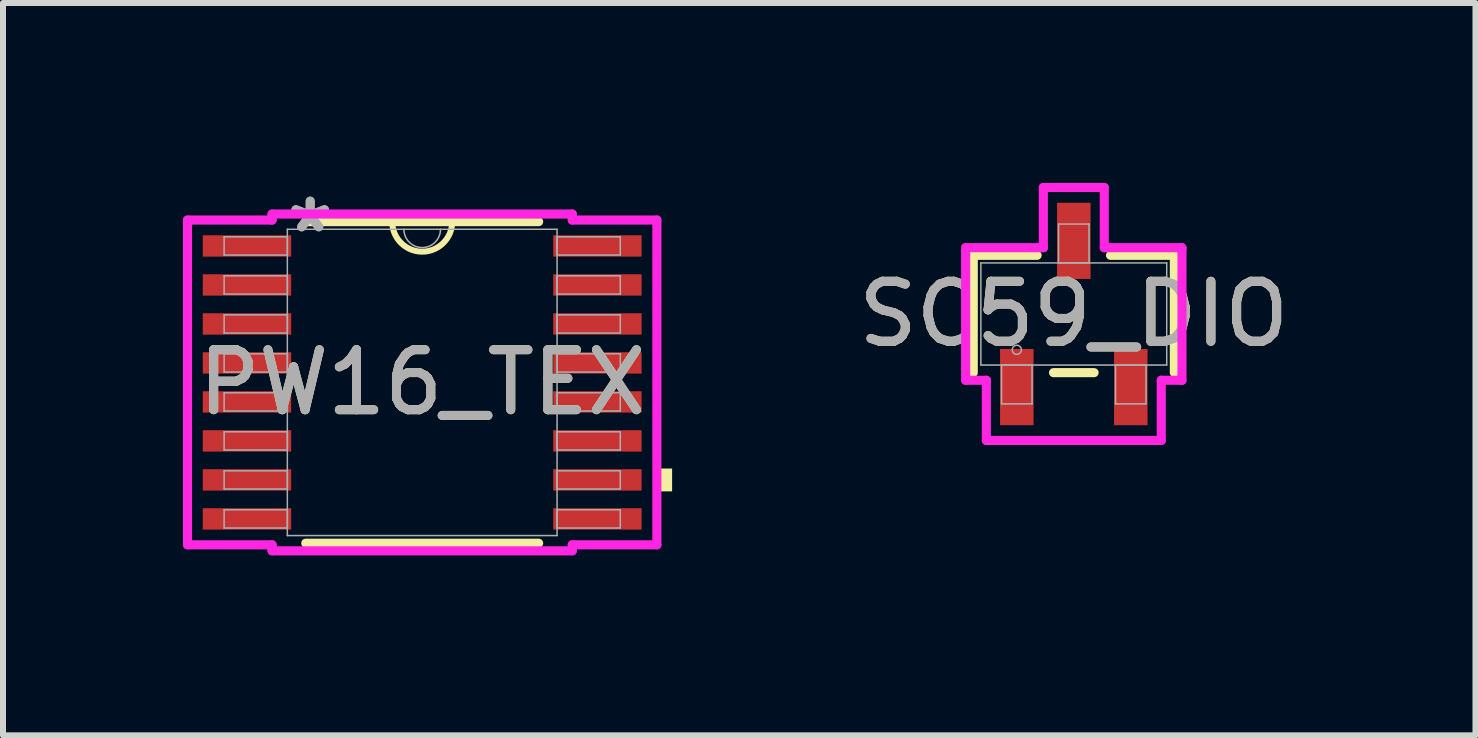
<source format=kicad_pcb>
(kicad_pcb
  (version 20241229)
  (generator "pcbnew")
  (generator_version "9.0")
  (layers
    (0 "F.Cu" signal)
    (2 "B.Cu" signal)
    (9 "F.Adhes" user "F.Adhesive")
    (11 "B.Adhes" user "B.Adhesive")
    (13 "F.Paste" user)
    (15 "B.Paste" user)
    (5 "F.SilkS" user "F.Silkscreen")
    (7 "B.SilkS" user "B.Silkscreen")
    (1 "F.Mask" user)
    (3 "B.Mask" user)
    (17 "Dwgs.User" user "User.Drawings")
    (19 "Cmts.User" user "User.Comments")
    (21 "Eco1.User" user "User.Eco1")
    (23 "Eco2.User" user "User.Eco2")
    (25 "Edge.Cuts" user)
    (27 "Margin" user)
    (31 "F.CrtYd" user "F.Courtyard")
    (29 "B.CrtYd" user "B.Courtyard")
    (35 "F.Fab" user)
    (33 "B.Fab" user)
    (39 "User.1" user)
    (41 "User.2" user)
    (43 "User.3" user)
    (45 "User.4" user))
  (footprint "SC59_DIO"
    (layer "F.Cu")
    (at 14.85 2.184)
    (property "Reference" "SC59_DIO" (at 0 0 0) (unlocked yes) (layer "F.SilkS") (effects (font (size 1 1) (thickness 0.15))))
    (attr smd)
    (fp_line (start -1.676 -0.978) (end -1.676 0.978) (stroke (width 0.152) (type solid)) (layer "F.SilkS"))
    (fp_line (start -0.612 -0.978) (end -1.676 -0.978) (stroke (width 0.152) (type solid)) (layer "F.SilkS"))
    (fp_line (start -0.338 0.978) (end 0.338 0.978) (stroke (width 0.152) (type solid)) (layer "F.SilkS"))
    (fp_line (start 1.676 -0.978) (end 0.612 -0.978) (stroke (width 0.152) (type solid)) (layer "F.SilkS"))
    (fp_line (start 1.676 0.978) (end 1.676 -0.978) (stroke (width 0.152) (type solid)) (layer "F.SilkS"))
    (fp_line (start -1.803 -1.105) (end -0.508 -1.105) (stroke (width 0.152) (type solid)) (layer "F.CrtYd"))
    (fp_line (start -1.803 1.105) (end -1.803 -1.105) (stroke (width 0.152) (type solid)) (layer "F.CrtYd"))
    (fp_line (start -1.803 1.105) (end -1.458 1.105) (stroke (width 0.152) (type solid)) (layer "F.CrtYd"))
    (fp_line (start -1.458 1.105) (end -1.458 2.108) (stroke (width 0.152) (type solid)) (layer "F.CrtYd"))
    (fp_line (start -1.458 2.108) (end 1.458 2.108) (stroke (width 0.152) (type solid)) (layer "F.CrtYd"))
    (fp_line (start -0.508 -2.108) (end 0.508 -2.108) (stroke (width 0.152) (type solid)) (layer "F.CrtYd"))
    (fp_line (start -0.508 -1.105) (end -0.508 -2.108) (stroke (width 0.152) (type solid)) (layer "F.CrtYd"))
    (fp_line (start 0.508 -1.105) (end 0.508 -2.108) (stroke (width 0.152) (type solid)) (layer "F.CrtYd"))
    (fp_line (start 1.458 1.105) (end 1.458 2.108) (stroke (width 0.152) (type solid)) (layer "F.CrtYd"))
    (fp_line (start 1.803 -1.105) (end 0.508 -1.105) (stroke (width 0.152) (type solid)) (layer "F.CrtYd"))
    (fp_line (start 1.803 -1.105) (end 1.803 1.105) (stroke (width 0.152) (type solid)) (layer "F.CrtYd"))
    (fp_line (start 1.803 1.105) (end 1.458 1.105) (stroke (width 0.152) (type solid)) (layer "F.CrtYd"))
    (fp_line (start -1.549 -0.851) (end -1.549 0.851) (stroke (width 0.025) (type solid)) (layer "F.Fab"))
    (fp_line (start -1.549 0.851) (end 1.549 0.851) (stroke (width 0.025) (type solid)) (layer "F.Fab"))
    (fp_line (start -1.204 0.851) (end -1.204 1.499) (stroke (width 0.025) (type solid)) (layer "F.Fab"))
    (fp_line (start -1.204 1.499) (end -0.696 1.499) (stroke (width 0.025) (type solid)) (layer "F.Fab"))
    (fp_line (start -0.696 0.851) (end -1.204 0.851) (stroke (width 0.025) (type solid)) (layer "F.Fab"))
    (fp_line (start -0.696 1.499) (end -0.696 0.851) (stroke (width 0.025) (type solid)) (layer "F.Fab"))
    (fp_line (start -0.254 -1.499) (end -0.254 -0.851) (stroke (width 0.025) (type solid)) (layer "F.Fab"))
    (fp_line (start -0.254 -0.851) (end 0.254 -0.851) (stroke (width 0.025) (type solid)) (layer "F.Fab"))
    (fp_line (start 0.254 -1.499) (end -0.254 -1.499) (stroke (width 0.025) (type solid)) (layer "F.Fab"))
    (fp_line (start 0.254 -0.851) (end 0.254 -1.499) (stroke (width 0.025) (type solid)) (layer "F.Fab"))
    (fp_line (start 0.696 0.851) (end 0.696 1.499) (stroke (width 0.025) (type solid)) (layer "F.Fab"))
    (fp_line (start 0.696 1.499) (end 1.204 1.499) (stroke (width 0.025) (type solid)) (layer "F.Fab"))
    (fp_line (start 1.204 0.851) (end 0.696 0.851) (stroke (width 0.025) (type solid)) (layer "F.Fab"))
    (fp_line (start 1.204 1.499) (end 1.204 0.851) (stroke (width 0.025) (type solid)) (layer "F.Fab"))
    (fp_line (start 1.549 -0.851) (end -1.549 -0.851) (stroke (width 0.025) (type solid)) (layer "F.Fab"))
    (fp_line (start 1.549 0.851) (end 1.549 -0.851) (stroke (width 0.025) (type solid)) (layer "F.Fab"))
    (fp_circle (center -0.95 0.597) (end -0.874 0.597) (stroke (width 0.025) (type solid)) (fill no) (layer "F.Fab"))
    (fp_text user "${REFERENCE}" (at 0 0 0) (unlocked yes) (layer "F.Fab") (effects (font (size 1 1) (thickness 0.15))))
    (pad "1" smd rect (at 0 -1.219) (size 0.559 1.27) (layers "F.Cu" "F.Mask" "F.Paste"))
    (pad "2" smd rect (at -0.95 1.219) (size 0.559 1.27) (layers "F.Cu" "F.Mask" "F.Paste"))
    (pad "3" smd rect (at 0.95 1.219) (size 0.559 1.27) (layers "F.Cu" "F.Mask" "F.Paste")))
  (footprint "PW16_TEX"
    (layer "F.Cu")
    (at 3.988 3.325)
    (property "Reference" "PW16_TEX" (at 0 0 0) (unlocked yes) (layer "F.SilkS") (effects (font (size 1 1) (thickness 0.15))))
    (attr smd)
    (fp_line (start -1.941 2.68) (end 1.941 2.68) (stroke (width 0.152) (type solid)) (layer "F.SilkS"))
    (fp_line (start 1.941 -2.68) (end -1.941 -2.68) (stroke (width 0.152) (type solid)) (layer "F.SilkS"))
    (fp_arc (start 0.5 -2.6797) (mid 0 -2.1797) (end -0.5 -2.6797) (stroke (width 0.1) (type default)) (layer "F.SilkS"))
    (fp_poly (pts (xy 4.166 1.435) (xy 4.166 1.816) (xy 3.912 1.816) (xy 3.912 1.435)) (stroke (width 0) (type solid)) (fill yes) (layer "F.SilkS"))
    (fp_line (start -3.912 -2.707) (end -2.502 -2.707) (stroke (width 0.152) (type solid)) (layer "F.CrtYd"))
    (fp_line (start -3.912 2.707) (end -3.912 -2.707) (stroke (width 0.152) (type solid)) (layer "F.CrtYd"))
    (fp_line (start -3.912 2.707) (end -2.502 2.707) (stroke (width 0.152) (type solid)) (layer "F.CrtYd"))
    (fp_line (start -2.502 -2.807) (end 2.502 -2.807) (stroke (width 0.152) (type solid)) (layer "F.CrtYd"))
    (fp_line (start -2.502 -2.707) (end -2.502 -2.807) (stroke (width 0.152) (type solid)) (layer "F.CrtYd"))
    (fp_line (start -2.502 2.807) (end -2.502 2.707) (stroke (width 0.152) (type solid)) (layer "F.CrtYd"))
    (fp_line (start 2.502 -2.807) (end 2.502 -2.707) (stroke (width 0.152) (type solid)) (layer "F.CrtYd"))
    (fp_line (start 2.502 2.707) (end 2.502 2.807) (stroke (width 0.152) (type solid)) (layer "F.CrtYd"))
    (fp_line (start 2.502 2.807) (end -2.502 2.807) (stroke (width 0.152) (type solid)) (layer "F.CrtYd"))
    (fp_line (start 3.912 -2.707) (end 2.502 -2.707) (stroke (width 0.152) (type solid)) (layer "F.CrtYd"))
    (fp_line (start 3.912 -2.707) (end 3.912 2.707) (stroke (width 0.152) (type solid)) (layer "F.CrtYd"))
    (fp_line (start 3.912 2.707) (end 2.502 2.707) (stroke (width 0.152) (type solid)) (layer "F.CrtYd"))
    (fp_line (start -3.302 -2.427) (end -3.302 -2.123) (stroke (width 0.025) (type solid)) (layer "F.Fab"))
    (fp_line (start -3.302 -2.123) (end -2.248 -2.123) (stroke (width 0.025) (type solid)) (layer "F.Fab"))
    (fp_line (start -3.302 -1.777) (end -3.302 -1.473) (stroke (width 0.025) (type solid)) (layer "F.Fab"))
    (fp_line (start -3.302 -1.473) (end -2.248 -1.473) (stroke (width 0.025) (type solid)) (layer "F.Fab"))
    (fp_line (start -3.302 -1.127) (end -3.302 -0.823) (stroke (width 0.025) (type solid)) (layer "F.Fab"))
    (fp_line (start -3.302 -0.823) (end -2.248 -0.823) (stroke (width 0.025) (type solid)) (layer "F.Fab"))
    (fp_line (start -3.302 -0.477) (end -3.302 -0.173) (stroke (width 0.025) (type solid)) (layer "F.Fab"))
    (fp_line (start -3.302 -0.173) (end -2.248 -0.173) (stroke (width 0.025) (type solid)) (layer "F.Fab"))
    (fp_line (start -3.302 0.173) (end -3.302 0.477) (stroke (width 0.025) (type solid)) (layer "F.Fab"))
    (fp_line (start -3.302 0.477) (end -2.248 0.477) (stroke (width 0.025) (type solid)) (layer "F.Fab"))
    (fp_line (start -3.302 0.823) (end -3.302 1.127) (stroke (width 0.025) (type solid)) (layer "F.Fab"))
    (fp_line (start -3.302 1.127) (end -2.248 1.127) (stroke (width 0.025) (type solid)) (layer "F.Fab"))
    (fp_line (start -3.302 1.473) (end -3.302 1.777) (stroke (width 0.025) (type solid)) (layer "F.Fab"))
    (fp_line (start -3.302 1.777) (end -2.248 1.777) (stroke (width 0.025) (type solid)) (layer "F.Fab"))
    (fp_line (start -3.302 2.123) (end -3.302 2.427) (stroke (width 0.025) (type solid)) (layer "F.Fab"))
    (fp_line (start -3.302 2.427) (end -2.248 2.427) (stroke (width 0.025) (type solid)) (layer "F.Fab"))
    (fp_line (start -2.248 -2.553) (end -2.248 2.553) (stroke (width 0.025) (type solid)) (layer "F.Fab"))
    (fp_line (start -2.248 -2.427) (end -3.302 -2.427) (stroke (width 0.025) (type solid)) (layer "F.Fab"))
    (fp_line (start -2.248 -2.123) (end -2.248 -2.427) (stroke (width 0.025) (type solid)) (layer "F.Fab"))
    (fp_line (start -2.248 -1.777) (end -3.302 -1.777) (stroke (width 0.025) (type solid)) (layer "F.Fab"))
    (fp_line (start -2.248 -1.473) (end -2.248 -1.777) (stroke (width 0.025) (type solid)) (layer "F.Fab"))
    (fp_line (start -2.248 -1.127) (end -3.302 -1.127) (stroke (width 0.025) (type solid)) (layer "F.Fab"))
    (fp_line (start -2.248 -0.823) (end -2.248 -1.127) (stroke (width 0.025) (type solid)) (layer "F.Fab"))
    (fp_line (start -2.248 -0.477) (end -3.302 -0.477) (stroke (width 0.025) (type solid)) (layer "F.Fab"))
    (fp_line (start -2.248 -0.173) (end -2.248 -0.477) (stroke (width 0.025) (type solid)) (layer "F.Fab"))
    (fp_line (start -2.248 0.173) (end -3.302 0.173) (stroke (width 0.025) (type solid)) (layer "F.Fab"))
    (fp_line (start -2.248 0.477) (end -2.248 0.173) (stroke (width 0.025) (type solid)) (layer "F.Fab"))
    (fp_line (start -2.248 0.823) (end -3.302 0.823) (stroke (width 0.025) (type solid)) (layer "F.Fab"))
    (fp_line (start -2.248 1.127) (end -2.248 0.823) (stroke (width 0.025) (type solid)) (layer "F.Fab"))
    (fp_line (start -2.248 1.473) (end -3.302 1.473) (stroke (width 0.025) (type solid)) (layer "F.Fab"))
    (fp_line (start -2.248 1.777) (end -2.248 1.473) (stroke (width 0.025) (type solid)) (layer "F.Fab"))
    (fp_line (start -2.248 2.123) (end -3.302 2.123) (stroke (width 0.025) (type solid)) (layer "F.Fab"))
    (fp_line (start -2.248 2.427) (end -2.248 2.123) (stroke (width 0.025) (type solid)) (layer "F.Fab"))
    (fp_line (start -2.248 2.553) (end 2.248 2.553) (stroke (width 0.025) (type solid)) (layer "F.Fab"))
    (fp_line (start 2.248 -2.553) (end -2.248 -2.553) (stroke (width 0.025) (type solid)) (layer "F.Fab"))
    (fp_line (start 2.248 -2.427) (end 2.248 -2.123) (stroke (width 0.025) (type solid)) (layer "F.Fab"))
    (fp_line (start 2.248 -2.123) (end 3.302 -2.123) (stroke (width 0.025) (type solid)) (layer "F.Fab"))
    (fp_line (start 2.248 -1.777) (end 2.248 -1.473) (stroke (width 0.025) (type solid)) (layer "F.Fab"))
    (fp_line (start 2.248 -1.473) (end 3.302 -1.473) (stroke (width 0.025) (type solid)) (layer "F.Fab"))
    (fp_line (start 2.248 -1.127) (end 2.248 -0.823) (stroke (width 0.025) (type solid)) (layer "F.Fab"))
    (fp_line (start 2.248 -0.823) (end 3.302 -0.823) (stroke (width 0.025) (type solid)) (layer "F.Fab"))
    (fp_line (start 2.248 -0.477) (end 2.248 -0.173) (stroke (width 0.025) (type solid)) (layer "F.Fab"))
    (fp_line (start 2.248 -0.173) (end 3.302 -0.173) (stroke (width 0.025) (type solid)) (layer "F.Fab"))
    (fp_line (start 2.248 0.173) (end 2.248 0.477) (stroke (width 0.025) (type solid)) (layer "F.Fab"))
    (fp_line (start 2.248 0.477) (end 3.302 0.477) (stroke (width 0.025) (type solid)) (layer "F.Fab"))
    (fp_line (start 2.248 0.823) (end 2.248 1.127) (stroke (width 0.025) (type solid)) (layer "F.Fab"))
    (fp_line (start 2.248 1.127) (end 3.302 1.127) (stroke (width 0.025) (type solid)) (layer "F.Fab"))
    (fp_line (start 2.248 1.473) (end 2.248 1.777) (stroke (width 0.025) (type solid)) (layer "F.Fab"))
    (fp_line (start 2.248 1.777) (end 3.302 1.777) (stroke (width 0.025) (type solid)) (layer "F.Fab"))
    (fp_line (start 2.248 2.123) (end 2.248 2.427) (stroke (width 0.025) (type solid)) (layer "F.Fab"))
    (fp_line (start 2.248 2.427) (end 3.302 2.427) (stroke (width 0.025) (type solid)) (layer "F.Fab"))
    (fp_line (start 2.248 2.553) (end 2.248 -2.553) (stroke (width 0.025) (type solid)) (layer "F.Fab"))
    (fp_line (start 3.302 -2.427) (end 2.248 -2.427) (stroke (width 0.025) (type solid)) (layer "F.Fab"))
    (fp_line (start 3.302 -2.123) (end 3.302 -2.427) (stroke (width 0.025) (type solid)) (layer "F.Fab"))
    (fp_line (start 3.302 -1.777) (end 2.248 -1.777) (stroke (width 0.025) (type solid)) (layer "F.Fab"))
    (fp_line (start 3.302 -1.473) (end 3.302 -1.777) (stroke (width 0.025) (type solid)) (layer "F.Fab"))
    (fp_line (start 3.302 -1.127) (end 2.248 -1.127) (stroke (width 0.025) (type solid)) (layer "F.Fab"))
    (fp_line (start 3.302 -0.823) (end 3.302 -1.127) (stroke (width 0.025) (type solid)) (layer "F.Fab"))
    (fp_line (start 3.302 -0.477) (end 2.248 -0.477) (stroke (width 0.025) (type solid)) (layer "F.Fab"))
    (fp_line (start 3.302 -0.173) (end 3.302 -0.477) (stroke (width 0.025) (type solid)) (layer "F.Fab"))
    (fp_line (start 3.302 0.173) (end 2.248 0.173) (stroke (width 0.025) (type solid)) (layer "F.Fab"))
    (fp_line (start 3.302 0.477) (end 3.302 0.173) (stroke (width 0.025) (type solid)) (layer "F.Fab"))
    (fp_line (start 3.302 0.823) (end 2.248 0.823) (stroke (width 0.025) (type solid)) (layer "F.Fab"))
    (fp_line (start 3.302 1.127) (end 3.302 0.823) (stroke (width 0.025) (type solid)) (layer "F.Fab"))
    (fp_line (start 3.302 1.473) (end 2.248 1.473) (stroke (width 0.025) (type solid)) (layer "F.Fab"))
    (fp_line (start 3.302 1.777) (end 3.302 1.473) (stroke (width 0.025) (type solid)) (layer "F.Fab"))
    (fp_line (start 3.302 2.123) (end 2.248 2.123) (stroke (width 0.025) (type solid)) (layer "F.Fab"))
    (fp_line (start 3.302 2.427) (end 3.302 2.123) (stroke (width 0.025) (type solid)) (layer "F.Fab"))
    (fp_arc (start 0.3048 -2.5527) (mid 0 -2.2479) (end -0.3048 -2.5527) (stroke (width 0.0254) (type solid)) (layer "F.Fab"))
    (fp_text user "*" (at -1.867 -2.477 0) (unlocked yes) (layer "F.Fab") (effects (font (size 1 1) (thickness 0.15))))
    (fp_text user "${REFERENCE}" (at 0 0 0) (unlocked yes) (layer "F.Fab") (effects (font (size 1 1) (thickness 0.15))))
    (fp_text user "*" (at -1.867 -2.477 0) (layer "F.Fab") (effects (font (size 1 1) (thickness 0.15))))
    (pad "1" smd rect (at -2.921 -2.275) (size 1.473 0.356) (layers "F.Cu" "F.Mask" "F.Paste"))
    (pad "2" smd rect (at -2.921 -1.625) (size 1.473 0.356) (layers "F.Cu" "F.Mask" "F.Paste"))
    (pad "3" smd rect (at -2.921 -0.975) (size 1.473 0.356) (layers "F.Cu" "F.Mask" "F.Paste"))
    (pad "4" smd rect (at -2.921 -0.325) (size 1.473 0.356) (layers "F.Cu" "F.Mask" "F.Paste"))
    (pad "5" smd rect (at -2.921 0.325) (size 1.473 0.356) (layers "F.Cu" "F.Mask" "F.Paste"))
    (pad "6" smd rect (at -2.921 0.975) (size 1.473 0.356) (layers "F.Cu" "F.Mask" "F.Paste"))
    (pad "7" smd rect (at -2.921 1.625) (size 1.473 0.356) (layers "F.Cu" "F.Mask" "F.Paste"))
    (pad "8" smd rect (at -2.921 2.275) (size 1.473 0.356) (layers "F.Cu" "F.Mask" "F.Paste"))
    (pad "9" smd rect (at 2.921 2.275) (size 1.473 0.356) (layers "F.Cu" "F.Mask" "F.Paste"))
    (pad "10" smd rect (at 2.921 1.625) (size 1.473 0.356) (layers "F.Cu" "F.Mask" "F.Paste"))
    (pad "11" smd rect (at 2.921 0.975) (size 1.473 0.356) (layers "F.Cu" "F.Mask" "F.Paste"))
    (pad "12" smd rect (at 2.921 0.325) (size 1.473 0.356) (layers "F.Cu" "F.Mask" "F.Paste"))
    (pad "13" smd rect (at 2.921 -0.325) (size 1.473 0.356) (layers "F.Cu" "F.Mask" "F.Paste"))
    (pad "14" smd rect (at 2.921 -0.975) (size 1.473 0.356) (layers "F.Cu" "F.Mask" "F.Paste"))
    (pad "15" smd rect (at 2.921 -1.625) (size 1.473 0.356) (layers "F.Cu" "F.Mask" "F.Paste"))
    (pad "16" smd rect (at 2.921 -2.275) (size 1.473 0.356) (layers "F.Cu" "F.Mask" "F.Paste")))
  (gr_rect
    (start -3 -3)
    (end 21.546 9.208)
    (stroke (width 0.1) (type default))
    (fill no)
    (layer "Edge.Cuts")))
</source>
